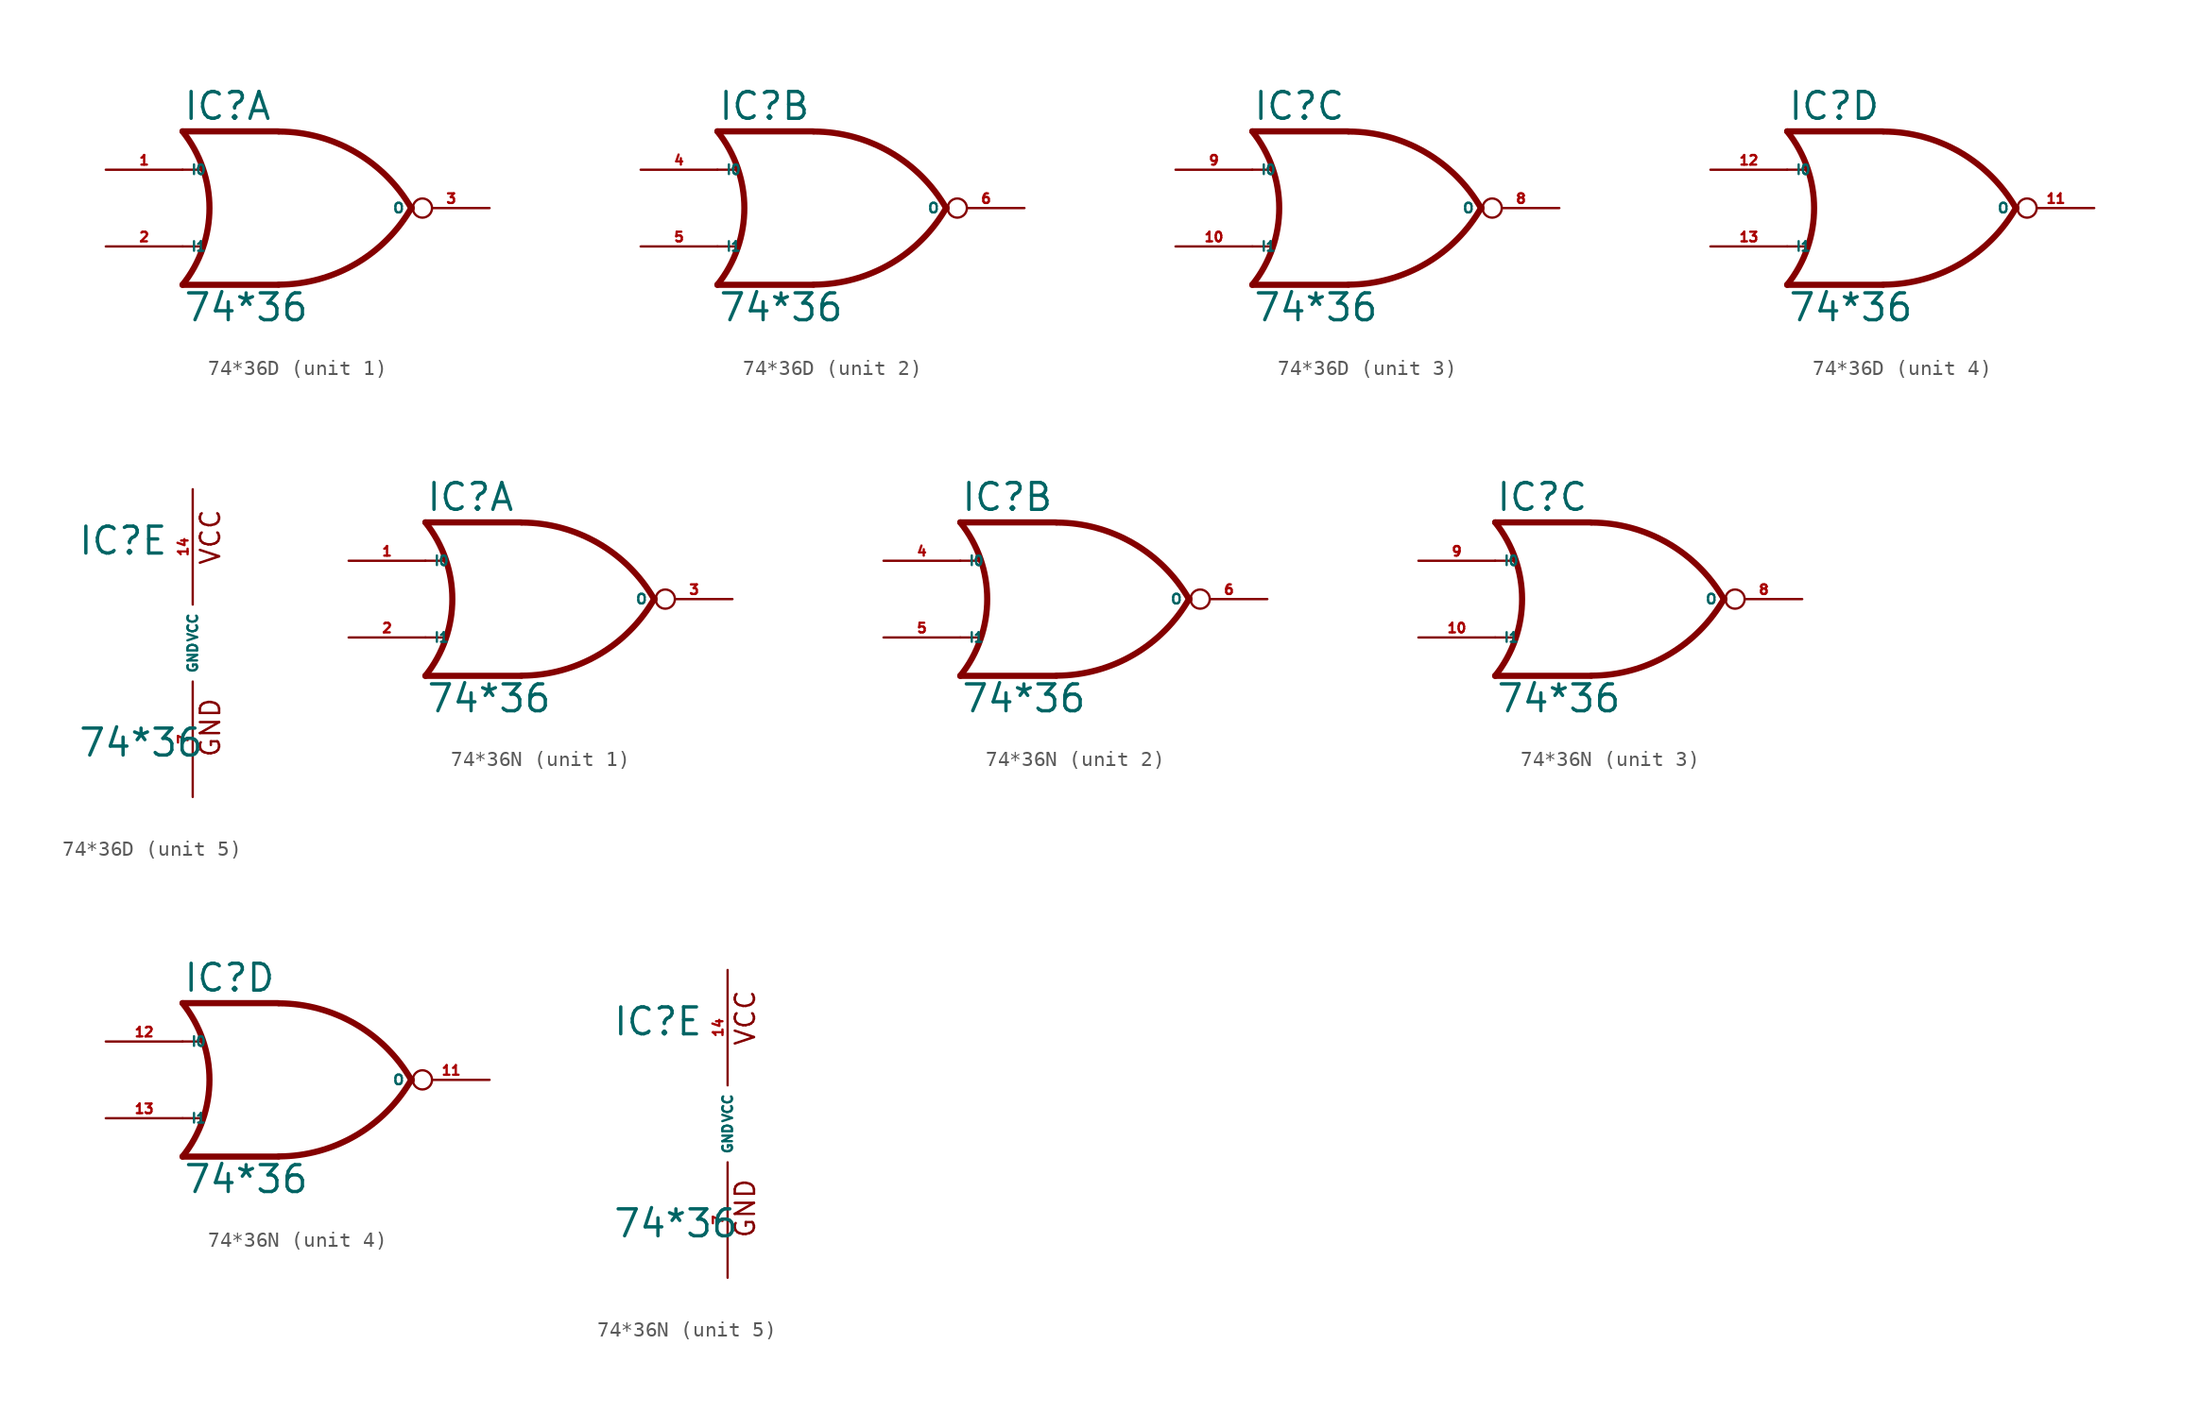
<source format=kicad_sym>
(kicad_symbol_lib
  (version 20220914)
  (generator Eagle2Kicad)
  (symbol "74*36D"
    (property "Reference" "IC"
      (at -7.62 5.715 0)
      (effects (font (size 1.778 1.778) (thickness 0.22)) (justify left bottom)))
    (property "Value" "74*36"
      (at -7.62 -7.62 0)
      (effects (font (size 1.778 1.778) (thickness 0.22)) (justify left bottom)))
    (symbol "74*36D_1_0"
      (polyline (pts (xy -1.27 5.08) (xy -7.62 5.08)) (stroke (width 0.406) (type default)) (fill (type none)))
      (polyline (pts (xy -1.27 -5.08) (xy -7.62 -5.08)) (stroke (width 0.406) (type default)) (fill (type none)))
      (polyline (pts (xy -7.62 2.54) (xy -6.35 2.54)) (stroke (width 0.152) (type default)) (fill (type none)))
      (polyline (pts (xy -7.62 -2.54) (xy -6.35 -2.54)) (stroke (width 0.152) (type default)) (fill (type none)))
      (arc (start -1.2446 -5.0678) (mid 3.837 -3.689) (end 7.5439 0.0507) (stroke (width 0.4064) (type default)) (fill (type none)))
      (arc (start 7.5442 -0.0505) (mid 3.837 3.689) (end -1.2446 5.0678) (stroke (width 0.4064) (type default)) (fill (type none)))
      (arc (start -7.62 -5.08) (mid -5.838 0.000) (end -7.62 5.08) (stroke (width 0.4064) (type default)) (fill (type none)))
      (pin input line (at -12.7 2.54 0) (length 5.08) (name "I0" (effects (font (size 0.635 0.635) (thickness 0.08)) (justify left bottom))) (number "1" (effects (font (size 0.635 0.635) (thickness 0.08)) (justify left bottom))))
      (pin input line (at -12.7 -2.54 0) (length 5.08) (name "I1" (effects (font (size 0.635 0.635) (thickness 0.08)) (justify left bottom))) (number "2" (effects (font (size 0.635 0.635) (thickness 0.08)) (justify left bottom))))
      (pin output inverted (at 12.7 0 180) (length 5.08) (name "O" (effects (font (size 0.635 0.635) (thickness 0.08)) (justify left bottom))) (number "3" (effects (font (size 0.635 0.635) (thickness 0.08)) (justify left bottom)))))
    (symbol "74*36D_2_0"
      (polyline (pts (xy -1.27 5.08) (xy -7.62 5.08)) (stroke (width 0.406) (type default)) (fill (type none)))
      (polyline (pts (xy -1.27 -5.08) (xy -7.62 -5.08)) (stroke (width 0.406) (type default)) (fill (type none)))
      (polyline (pts (xy -7.62 2.54) (xy -6.35 2.54)) (stroke (width 0.152) (type default)) (fill (type none)))
      (polyline (pts (xy -7.62 -2.54) (xy -6.35 -2.54)) (stroke (width 0.152) (type default)) (fill (type none)))
      (arc (start -1.2446 -5.0678) (mid 3.837 -3.689) (end 7.5439 0.0507) (stroke (width 0.4064) (type default)) (fill (type none)))
      (arc (start 7.5442 -0.0505) (mid 3.837 3.689) (end -1.2446 5.0678) (stroke (width 0.4064) (type default)) (fill (type none)))
      (arc (start -7.62 -5.08) (mid -5.838 0.000) (end -7.62 5.08) (stroke (width 0.4064) (type default)) (fill (type none)))
      (pin input line (at -12.7 2.54 0) (length 5.08) (name "I0" (effects (font (size 0.635 0.635) (thickness 0.08)) (justify left bottom))) (number "4" (effects (font (size 0.635 0.635) (thickness 0.08)) (justify left bottom))))
      (pin input line (at -12.7 -2.54 0) (length 5.08) (name "I1" (effects (font (size 0.635 0.635) (thickness 0.08)) (justify left bottom))) (number "5" (effects (font (size 0.635 0.635) (thickness 0.08)) (justify left bottom))))
      (pin output inverted (at 12.7 0 180) (length 5.08) (name "O" (effects (font (size 0.635 0.635) (thickness 0.08)) (justify left bottom))) (number "6" (effects (font (size 0.635 0.635) (thickness 0.08)) (justify left bottom)))))
    (symbol "74*36D_3_0"
      (polyline (pts (xy -1.27 5.08) (xy -7.62 5.08)) (stroke (width 0.406) (type default)) (fill (type none)))
      (polyline (pts (xy -1.27 -5.08) (xy -7.62 -5.08)) (stroke (width 0.406) (type default)) (fill (type none)))
      (polyline (pts (xy -7.62 2.54) (xy -6.35 2.54)) (stroke (width 0.152) (type default)) (fill (type none)))
      (polyline (pts (xy -7.62 -2.54) (xy -6.35 -2.54)) (stroke (width 0.152) (type default)) (fill (type none)))
      (arc (start -1.2446 -5.0678) (mid 3.837 -3.689) (end 7.5439 0.0507) (stroke (width 0.4064) (type default)) (fill (type none)))
      (arc (start 7.5442 -0.0505) (mid 3.837 3.689) (end -1.2446 5.0678) (stroke (width 0.4064) (type default)) (fill (type none)))
      (arc (start -7.62 -5.08) (mid -5.838 0.000) (end -7.62 5.08) (stroke (width 0.4064) (type default)) (fill (type none)))
      (pin input line (at -12.7 2.54 0) (length 5.08) (name "I0" (effects (font (size 0.635 0.635) (thickness 0.08)) (justify left bottom))) (number "9" (effects (font (size 0.635 0.635) (thickness 0.08)) (justify left bottom))))
      (pin input line (at -12.7 -2.54 0) (length 5.08) (name "I1" (effects (font (size 0.635 0.635) (thickness 0.08)) (justify left bottom))) (number "10" (effects (font (size 0.635 0.635) (thickness 0.08)) (justify left bottom))))
      (pin output inverted (at 12.7 0 180) (length 5.08) (name "O" (effects (font (size 0.635 0.635) (thickness 0.08)) (justify left bottom))) (number "8" (effects (font (size 0.635 0.635) (thickness 0.08)) (justify left bottom)))))
    (symbol "74*36D_4_0"
      (polyline (pts (xy -1.27 5.08) (xy -7.62 5.08)) (stroke (width 0.406) (type default)) (fill (type none)))
      (polyline (pts (xy -1.27 -5.08) (xy -7.62 -5.08)) (stroke (width 0.406) (type default)) (fill (type none)))
      (polyline (pts (xy -7.62 2.54) (xy -6.35 2.54)) (stroke (width 0.152) (type default)) (fill (type none)))
      (polyline (pts (xy -7.62 -2.54) (xy -6.35 -2.54)) (stroke (width 0.152) (type default)) (fill (type none)))
      (arc (start -1.2446 -5.0678) (mid 3.837 -3.689) (end 7.5439 0.0507) (stroke (width 0.4064) (type default)) (fill (type none)))
      (arc (start 7.5442 -0.0505) (mid 3.837 3.689) (end -1.2446 5.0678) (stroke (width 0.4064) (type default)) (fill (type none)))
      (arc (start -7.62 -5.08) (mid -5.838 0.000) (end -7.62 5.08) (stroke (width 0.4064) (type default)) (fill (type none)))
      (pin input line (at -12.7 2.54 0) (length 5.08) (name "I0" (effects (font (size 0.635 0.635) (thickness 0.08)) (justify left bottom))) (number "12" (effects (font (size 0.635 0.635) (thickness 0.08)) (justify left bottom))))
      (pin input line (at -12.7 -2.54 0) (length 5.08) (name "I1" (effects (font (size 0.635 0.635) (thickness 0.08)) (justify left bottom))) (number "13" (effects (font (size 0.635 0.635) (thickness 0.08)) (justify left bottom))))
      (pin output inverted (at 12.7 0 180) (length 5.08) (name "O" (effects (font (size 0.635 0.635) (thickness 0.08)) (justify left bottom))) (number "11" (effects (font (size 0.635 0.635) (thickness 0.08)) (justify left bottom)))))
    (symbol "74*36D_5_0"
      (text "GND" (at 1.905 -7.62 900) (effects (font (size 1.27 1.27) (thickness 0.16)) (justify left bottom)))
      (text "VCC" (at 1.905 5.08 900) (effects (font (size 1.27 1.27) (thickness 0.16)) (justify left bottom)))
      (pin unspecified line (at 0 -10.16 90) (length 7.62) (name "GND" (effects (font (size 0.635 0.635) (thickness 0.08)) (justify left bottom))) (number "7" (effects (font (size 0.635 0.635) (thickness 0.08)) (justify left bottom))))
      (pin unspecified line (at 0 10.16 270) (length 7.62) (name "VCC" (effects (font (size 0.635 0.635) (thickness 0.08)) (justify left bottom))) (number "14" (effects (font (size 0.635 0.635) (thickness 0.08)) (justify left bottom))))))
  (symbol "74*36N"
    (property "Reference" "IC"
      (at -7.62 5.715 0)
      (effects (font (size 1.778 1.778) (thickness 0.22)) (justify left bottom)))
    (property "Value" "74*36"
      (at -7.62 -7.62 0)
      (effects (font (size 1.778 1.778) (thickness 0.22)) (justify left bottom)))
    (symbol "74*36N_1_0"
      (polyline (pts (xy -1.27 5.08) (xy -7.62 5.08)) (stroke (width 0.406) (type default)) (fill (type none)))
      (polyline (pts (xy -1.27 -5.08) (xy -7.62 -5.08)) (stroke (width 0.406) (type default)) (fill (type none)))
      (polyline (pts (xy -7.62 2.54) (xy -6.35 2.54)) (stroke (width 0.152) (type default)) (fill (type none)))
      (polyline (pts (xy -7.62 -2.54) (xy -6.35 -2.54)) (stroke (width 0.152) (type default)) (fill (type none)))
      (arc (start -1.2446 -5.0678) (mid 3.837 -3.689) (end 7.5439 0.0507) (stroke (width 0.4064) (type default)) (fill (type none)))
      (arc (start 7.5442 -0.0505) (mid 3.837 3.689) (end -1.2446 5.0678) (stroke (width 0.4064) (type default)) (fill (type none)))
      (arc (start -7.62 -5.08) (mid -5.838 0.000) (end -7.62 5.08) (stroke (width 0.4064) (type default)) (fill (type none)))
      (pin input line (at -12.7 2.54 0) (length 5.08) (name "I0" (effects (font (size 0.635 0.635) (thickness 0.08)) (justify left bottom))) (number "1" (effects (font (size 0.635 0.635) (thickness 0.08)) (justify left bottom))))
      (pin input line (at -12.7 -2.54 0) (length 5.08) (name "I1" (effects (font (size 0.635 0.635) (thickness 0.08)) (justify left bottom))) (number "2" (effects (font (size 0.635 0.635) (thickness 0.08)) (justify left bottom))))
      (pin output inverted (at 12.7 0 180) (length 5.08) (name "O" (effects (font (size 0.635 0.635) (thickness 0.08)) (justify left bottom))) (number "3" (effects (font (size 0.635 0.635) (thickness 0.08)) (justify left bottom)))))
    (symbol "74*36N_2_0"
      (polyline (pts (xy -1.27 5.08) (xy -7.62 5.08)) (stroke (width 0.406) (type default)) (fill (type none)))
      (polyline (pts (xy -1.27 -5.08) (xy -7.62 -5.08)) (stroke (width 0.406) (type default)) (fill (type none)))
      (polyline (pts (xy -7.62 2.54) (xy -6.35 2.54)) (stroke (width 0.152) (type default)) (fill (type none)))
      (polyline (pts (xy -7.62 -2.54) (xy -6.35 -2.54)) (stroke (width 0.152) (type default)) (fill (type none)))
      (arc (start -1.2446 -5.0678) (mid 3.837 -3.689) (end 7.5439 0.0507) (stroke (width 0.4064) (type default)) (fill (type none)))
      (arc (start 7.5442 -0.0505) (mid 3.837 3.689) (end -1.2446 5.0678) (stroke (width 0.4064) (type default)) (fill (type none)))
      (arc (start -7.62 -5.08) (mid -5.838 0.000) (end -7.62 5.08) (stroke (width 0.4064) (type default)) (fill (type none)))
      (pin input line (at -12.7 2.54 0) (length 5.08) (name "I0" (effects (font (size 0.635 0.635) (thickness 0.08)) (justify left bottom))) (number "4" (effects (font (size 0.635 0.635) (thickness 0.08)) (justify left bottom))))
      (pin input line (at -12.7 -2.54 0) (length 5.08) (name "I1" (effects (font (size 0.635 0.635) (thickness 0.08)) (justify left bottom))) (number "5" (effects (font (size 0.635 0.635) (thickness 0.08)) (justify left bottom))))
      (pin output inverted (at 12.7 0 180) (length 5.08) (name "O" (effects (font (size 0.635 0.635) (thickness 0.08)) (justify left bottom))) (number "6" (effects (font (size 0.635 0.635) (thickness 0.08)) (justify left bottom)))))
    (symbol "74*36N_3_0"
      (polyline (pts (xy -1.27 5.08) (xy -7.62 5.08)) (stroke (width 0.406) (type default)) (fill (type none)))
      (polyline (pts (xy -1.27 -5.08) (xy -7.62 -5.08)) (stroke (width 0.406) (type default)) (fill (type none)))
      (polyline (pts (xy -7.62 2.54) (xy -6.35 2.54)) (stroke (width 0.152) (type default)) (fill (type none)))
      (polyline (pts (xy -7.62 -2.54) (xy -6.35 -2.54)) (stroke (width 0.152) (type default)) (fill (type none)))
      (arc (start -1.2446 -5.0678) (mid 3.837 -3.689) (end 7.5439 0.0507) (stroke (width 0.4064) (type default)) (fill (type none)))
      (arc (start 7.5442 -0.0505) (mid 3.837 3.689) (end -1.2446 5.0678) (stroke (width 0.4064) (type default)) (fill (type none)))
      (arc (start -7.62 -5.08) (mid -5.838 0.000) (end -7.62 5.08) (stroke (width 0.4064) (type default)) (fill (type none)))
      (pin input line (at -12.7 2.54 0) (length 5.08) (name "I0" (effects (font (size 0.635 0.635) (thickness 0.08)) (justify left bottom))) (number "9" (effects (font (size 0.635 0.635) (thickness 0.08)) (justify left bottom))))
      (pin input line (at -12.7 -2.54 0) (length 5.08) (name "I1" (effects (font (size 0.635 0.635) (thickness 0.08)) (justify left bottom))) (number "10" (effects (font (size 0.635 0.635) (thickness 0.08)) (justify left bottom))))
      (pin output inverted (at 12.7 0 180) (length 5.08) (name "O" (effects (font (size 0.635 0.635) (thickness 0.08)) (justify left bottom))) (number "8" (effects (font (size 0.635 0.635) (thickness 0.08)) (justify left bottom)))))
    (symbol "74*36N_4_0"
      (polyline (pts (xy -1.27 5.08) (xy -7.62 5.08)) (stroke (width 0.406) (type default)) (fill (type none)))
      (polyline (pts (xy -1.27 -5.08) (xy -7.62 -5.08)) (stroke (width 0.406) (type default)) (fill (type none)))
      (polyline (pts (xy -7.62 2.54) (xy -6.35 2.54)) (stroke (width 0.152) (type default)) (fill (type none)))
      (polyline (pts (xy -7.62 -2.54) (xy -6.35 -2.54)) (stroke (width 0.152) (type default)) (fill (type none)))
      (arc (start -1.2446 -5.0678) (mid 3.837 -3.689) (end 7.5439 0.0507) (stroke (width 0.4064) (type default)) (fill (type none)))
      (arc (start 7.5442 -0.0505) (mid 3.837 3.689) (end -1.2446 5.0678) (stroke (width 0.4064) (type default)) (fill (type none)))
      (arc (start -7.62 -5.08) (mid -5.838 0.000) (end -7.62 5.08) (stroke (width 0.4064) (type default)) (fill (type none)))
      (pin input line (at -12.7 2.54 0) (length 5.08) (name "I0" (effects (font (size 0.635 0.635) (thickness 0.08)) (justify left bottom))) (number "12" (effects (font (size 0.635 0.635) (thickness 0.08)) (justify left bottom))))
      (pin input line (at -12.7 -2.54 0) (length 5.08) (name "I1" (effects (font (size 0.635 0.635) (thickness 0.08)) (justify left bottom))) (number "13" (effects (font (size 0.635 0.635) (thickness 0.08)) (justify left bottom))))
      (pin output inverted (at 12.7 0 180) (length 5.08) (name "O" (effects (font (size 0.635 0.635) (thickness 0.08)) (justify left bottom))) (number "11" (effects (font (size 0.635 0.635) (thickness 0.08)) (justify left bottom)))))
    (symbol "74*36N_5_0"
      (text "GND" (at 1.905 -7.62 900) (effects (font (size 1.27 1.27) (thickness 0.16)) (justify left bottom)))
      (text "VCC" (at 1.905 5.08 900) (effects (font (size 1.27 1.27) (thickness 0.16)) (justify left bottom)))
      (pin unspecified line (at 0 -10.16 90) (length 7.62) (name "GND" (effects (font (size 0.635 0.635) (thickness 0.08)) (justify left bottom))) (number "7" (effects (font (size 0.635 0.635) (thickness 0.08)) (justify left bottom))))
      (pin unspecified line (at 0 10.16 270) (length 7.62) (name "VCC" (effects (font (size 0.635 0.635) (thickness 0.08)) (justify left bottom))) (number "14" (effects (font (size 0.635 0.635) (thickness 0.08)) (justify left bottom)))))))
</source>
